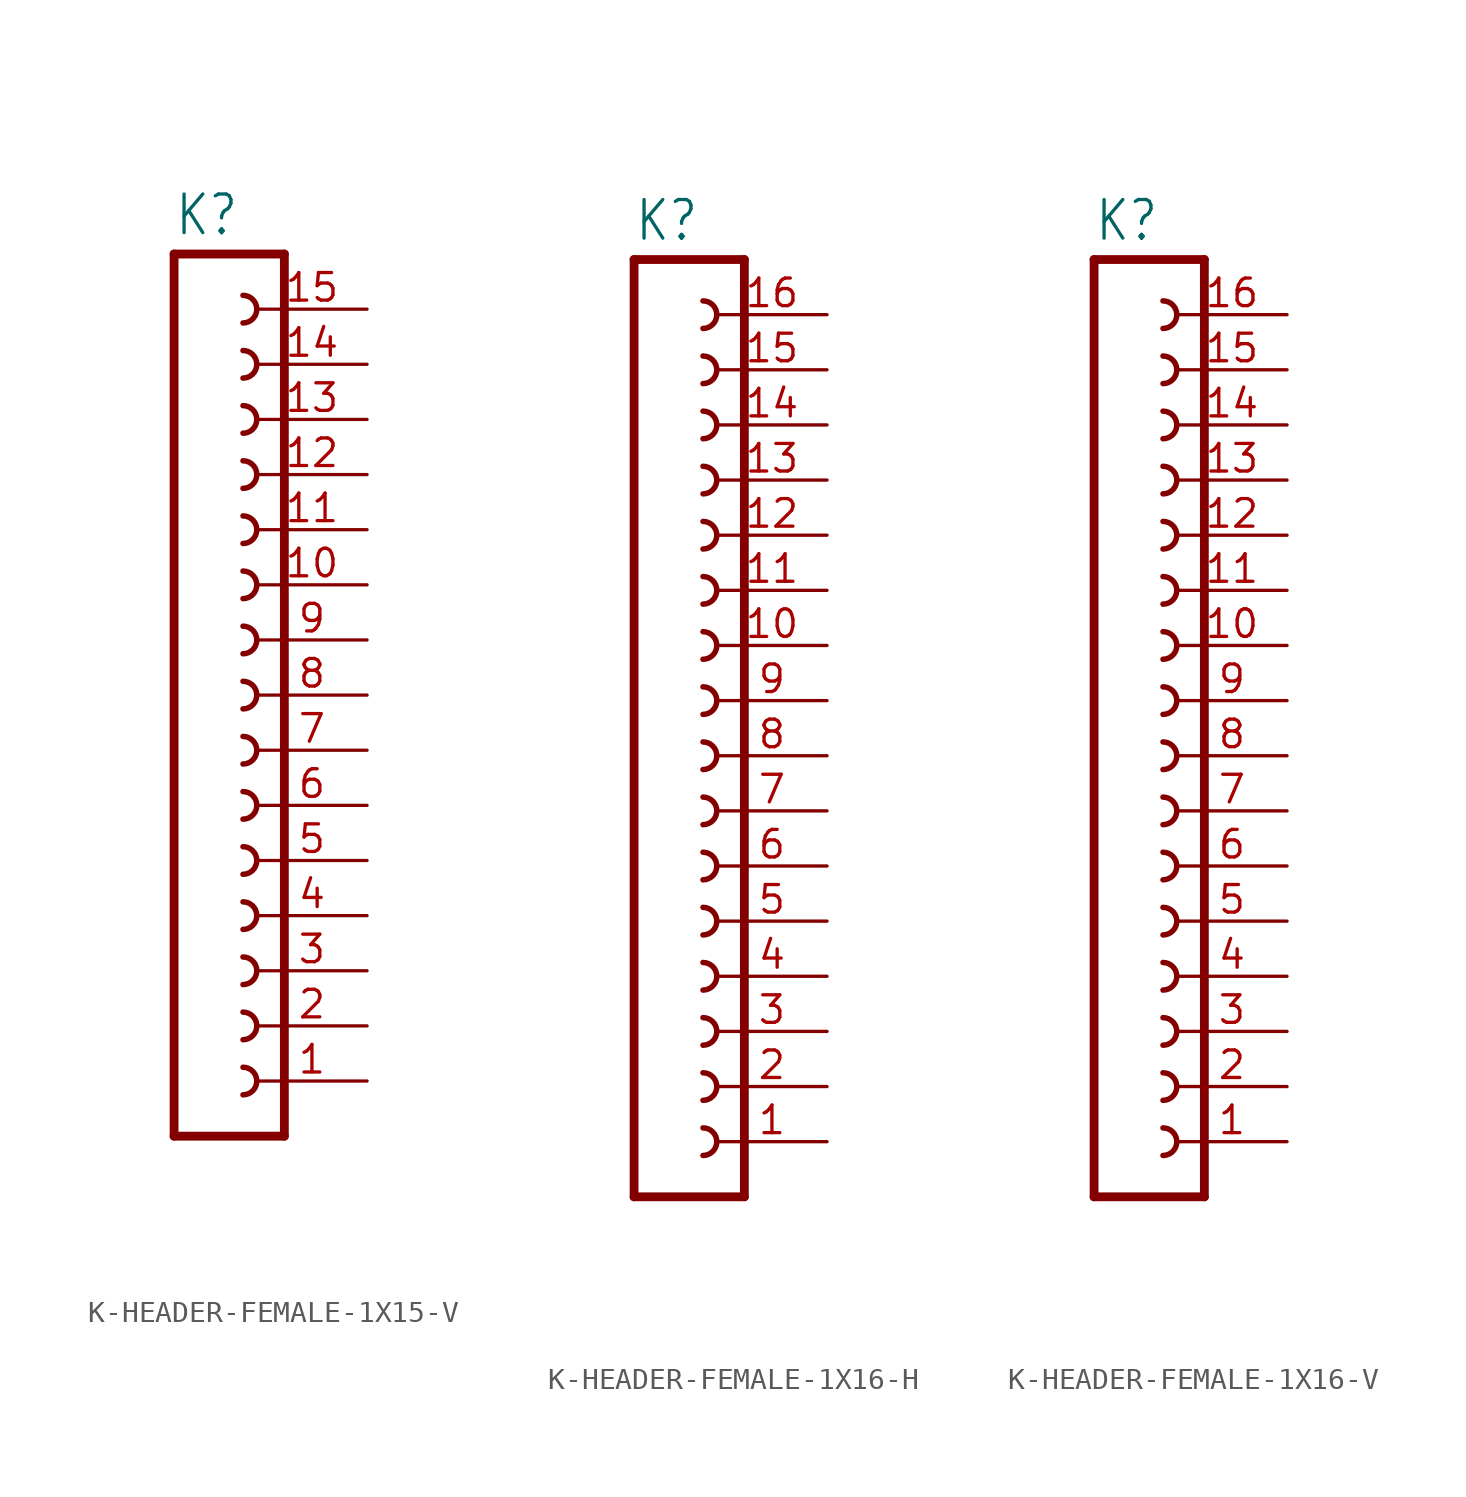
<source format=kicad_sym>
(kicad_symbol_lib
  (version 20231120)
  (generator "kicad_symbol_editor")
  (generator_version "8.0")
  (symbol "K-HEADER-FEMALE-1X15-V"
    (property "Reference" "K"
      (at -1.27 33.782 0)
      (effects (font (size 1.778 1.511)) (justify left bottom)))
    (property "Value" ""
      (at -1.27 -10.16 0)
      (effects (font (size 1.778 1.511)) (justify left bottom)))
    (property "ki_locked" ""
      (at 0 0 0)
      (effects (font (size 1.27 1.27))))
    (symbol "K-HEADER-FEMALE-1X15-V_1_0"
      (polyline (pts (xy -1.27 33.02) (xy -1.27 -7.62)) (stroke (width 0.406) (type solid)) (fill (type none)))
      (polyline (pts (xy -1.27 33.02) (xy 3.81 33.02)) (stroke (width 0.406) (type solid)) (fill (type none)))
      (polyline (pts (xy 3.81 -7.62) (xy -1.27 -7.62)) (stroke (width 0.406) (type solid)) (fill (type none)))
      (polyline (pts (xy 3.81 -7.62) (xy 3.81 33.02)) (stroke (width 0.406) (type solid)) (fill (type none)))
      (arc (start 1.905 -5.715) (mid 2.54 -5.08) (end 1.905 -4.445) (stroke (width 0.254) (type solid)) (fill (type none)))
      (arc (start 1.905 -3.175) (mid 2.54 -2.54) (end 1.905 -1.905) (stroke (width 0.254) (type solid)) (fill (type none)))
      (arc (start 1.905 -0.635) (mid 2.54 0) (end 1.905 0.635) (stroke (width 0.254) (type solid)) (fill (type none)))
      (arc (start 1.905 1.905) (mid 2.54 2.54) (end 1.905 3.175) (stroke (width 0.254) (type solid)) (fill (type none)))
      (arc (start 1.905 4.445) (mid 2.54 5.08) (end 1.905 5.715) (stroke (width 0.254) (type solid)) (fill (type none)))
      (arc (start 1.905 6.985) (mid 2.54 7.62) (end 1.905 8.255) (stroke (width 0.254) (type solid)) (fill (type none)))
      (arc (start 1.905 9.525) (mid 2.54 10.16) (end 1.905 10.795) (stroke (width 0.254) (type solid)) (fill (type none)))
      (arc (start 1.905 12.065) (mid 2.54 12.7) (end 1.905 13.335) (stroke (width 0.254) (type solid)) (fill (type none)))
      (arc (start 1.905 14.605) (mid 2.54 15.24) (end 1.905 15.875) (stroke (width 0.254) (type solid)) (fill (type none)))
      (arc (start 1.905 17.145) (mid 2.54 17.78) (end 1.905 18.415) (stroke (width 0.254) (type solid)) (fill (type none)))
      (arc (start 1.905 19.685) (mid 2.54 20.32) (end 1.905 20.955) (stroke (width 0.254) (type solid)) (fill (type none)))
      (arc (start 1.905 22.225) (mid 2.54 22.86) (end 1.905 23.495) (stroke (width 0.254) (type solid)) (fill (type none)))
      (arc (start 1.905 24.765) (mid 2.54 25.4) (end 1.905 26.035) (stroke (width 0.254) (type solid)) (fill (type none)))
      (arc (start 1.905 27.305) (mid 2.54 27.94) (end 1.905 28.575) (stroke (width 0.254) (type solid)) (fill (type none)))
      (arc (start 1.905 29.845) (mid 2.54 30.48) (end 1.905 31.115) (stroke (width 0.254) (type solid)) (fill (type none)))
      (pin passive line (at 7.62 -5.08 180) (length 5.08) (name "1" (effects (font (size 0 0)))) (number "1" (effects (font (size 1.27 1.27)))))
      (pin passive line (at 7.62 17.78 180) (length 5.08) (name "10" (effects (font (size 0 0)))) (number "10" (effects (font (size 1.27 1.27)))))
      (pin passive line (at 7.62 20.32 180) (length 5.08) (name "11" (effects (font (size 0 0)))) (number "11" (effects (font (size 1.27 1.27)))))
      (pin passive line (at 7.62 22.86 180) (length 5.08) (name "12" (effects (font (size 0 0)))) (number "12" (effects (font (size 1.27 1.27)))))
      (pin passive line (at 7.62 25.4 180) (length 5.08) (name "13" (effects (font (size 0 0)))) (number "13" (effects (font (size 1.27 1.27)))))
      (pin passive line (at 7.62 27.94 180) (length 5.08) (name "14" (effects (font (size 0 0)))) (number "14" (effects (font (size 1.27 1.27)))))
      (pin passive line (at 7.62 30.48 180) (length 5.08) (name "15" (effects (font (size 0 0)))) (number "15" (effects (font (size 1.27 1.27)))))
      (pin passive line (at 7.62 -2.54 180) (length 5.08) (name "2" (effects (font (size 0 0)))) (number "2" (effects (font (size 1.27 1.27)))))
      (pin passive line (at 7.62 0 180) (length 5.08) (name "3" (effects (font (size 0 0)))) (number "3" (effects (font (size 1.27 1.27)))))
      (pin passive line (at 7.62 2.54 180) (length 5.08) (name "4" (effects (font (size 0 0)))) (number "4" (effects (font (size 1.27 1.27)))))
      (pin passive line (at 7.62 5.08 180) (length 5.08) (name "5" (effects (font (size 0 0)))) (number "5" (effects (font (size 1.27 1.27)))))
      (pin passive line (at 7.62 7.62 180) (length 5.08) (name "6" (effects (font (size 0 0)))) (number "6" (effects (font (size 1.27 1.27)))))
      (pin passive line (at 7.62 10.16 180) (length 5.08) (name "7" (effects (font (size 0 0)))) (number "7" (effects (font (size 1.27 1.27)))))
      (pin passive line (at 7.62 12.7 180) (length 5.08) (name "8" (effects (font (size 0 0)))) (number "8" (effects (font (size 1.27 1.27)))))
      (pin passive line (at 7.62 15.24 180) (length 5.08) (name "9" (effects (font (size 0 0)))) (number "9" (effects (font (size 1.27 1.27)))))))
  (symbol "K-HEADER-FEMALE-1X16-H"
    (property "Reference" "K"
      (at -1.27 36.322 0)
      (effects (font (size 1.778 1.511)) (justify left bottom)))
    (property "Value" ""
      (at -1.27 -10.16 0)
      (effects (font (size 1.778 1.511)) (justify left bottom)))
    (property "ki_locked" ""
      (at 0 0 0)
      (effects (font (size 1.27 1.27))))
    (symbol "K-HEADER-FEMALE-1X16-H_1_0"
      (polyline (pts (xy -1.27 35.56) (xy -1.27 -7.62)) (stroke (width 0.406) (type solid)) (fill (type none)))
      (polyline (pts (xy -1.27 35.56) (xy 3.81 35.56)) (stroke (width 0.406) (type solid)) (fill (type none)))
      (polyline (pts (xy 3.81 -7.62) (xy -1.27 -7.62)) (stroke (width 0.406) (type solid)) (fill (type none)))
      (polyline (pts (xy 3.81 -7.62) (xy 3.81 35.56)) (stroke (width 0.406) (type solid)) (fill (type none)))
      (arc (start 1.905 -5.715) (mid 2.54 -5.08) (end 1.905 -4.445) (stroke (width 0.254) (type solid)) (fill (type none)))
      (arc (start 1.905 -3.175) (mid 2.54 -2.54) (end 1.905 -1.905) (stroke (width 0.254) (type solid)) (fill (type none)))
      (arc (start 1.905 -0.635) (mid 2.54 0) (end 1.905 0.635) (stroke (width 0.254) (type solid)) (fill (type none)))
      (arc (start 1.905 1.905) (mid 2.54 2.54) (end 1.905 3.175) (stroke (width 0.254) (type solid)) (fill (type none)))
      (arc (start 1.905 4.445) (mid 2.54 5.08) (end 1.905 5.715) (stroke (width 0.254) (type solid)) (fill (type none)))
      (arc (start 1.905 6.985) (mid 2.54 7.62) (end 1.905 8.255) (stroke (width 0.254) (type solid)) (fill (type none)))
      (arc (start 1.905 9.525) (mid 2.54 10.16) (end 1.905 10.795) (stroke (width 0.254) (type solid)) (fill (type none)))
      (arc (start 1.905 12.065) (mid 2.54 12.7) (end 1.905 13.335) (stroke (width 0.254) (type solid)) (fill (type none)))
      (arc (start 1.905 14.605) (mid 2.54 15.24) (end 1.905 15.875) (stroke (width 0.254) (type solid)) (fill (type none)))
      (arc (start 1.905 17.145) (mid 2.54 17.78) (end 1.905 18.415) (stroke (width 0.254) (type solid)) (fill (type none)))
      (arc (start 1.905 19.685) (mid 2.54 20.32) (end 1.905 20.955) (stroke (width 0.254) (type solid)) (fill (type none)))
      (arc (start 1.905 22.225) (mid 2.54 22.86) (end 1.905 23.495) (stroke (width 0.254) (type solid)) (fill (type none)))
      (arc (start 1.905 24.765) (mid 2.54 25.4) (end 1.905 26.035) (stroke (width 0.254) (type solid)) (fill (type none)))
      (arc (start 1.905 27.305) (mid 2.54 27.94) (end 1.905 28.575) (stroke (width 0.254) (type solid)) (fill (type none)))
      (arc (start 1.905 29.845) (mid 2.54 30.48) (end 1.905 31.115) (stroke (width 0.254) (type solid)) (fill (type none)))
      (arc (start 1.905 32.385) (mid 2.54 33.02) (end 1.905 33.655) (stroke (width 0.254) (type solid)) (fill (type none)))
      (pin passive line (at 7.62 -5.08 180) (length 5.08) (name "1" (effects (font (size 0 0)))) (number "1" (effects (font (size 1.27 1.27)))))
      (pin passive line (at 7.62 17.78 180) (length 5.08) (name "10" (effects (font (size 0 0)))) (number "10" (effects (font (size 1.27 1.27)))))
      (pin passive line (at 7.62 20.32 180) (length 5.08) (name "11" (effects (font (size 0 0)))) (number "11" (effects (font (size 1.27 1.27)))))
      (pin passive line (at 7.62 22.86 180) (length 5.08) (name "12" (effects (font (size 0 0)))) (number "12" (effects (font (size 1.27 1.27)))))
      (pin passive line (at 7.62 25.4 180) (length 5.08) (name "13" (effects (font (size 0 0)))) (number "13" (effects (font (size 1.27 1.27)))))
      (pin passive line (at 7.62 27.94 180) (length 5.08) (name "14" (effects (font (size 0 0)))) (number "14" (effects (font (size 1.27 1.27)))))
      (pin passive line (at 7.62 30.48 180) (length 5.08) (name "15" (effects (font (size 0 0)))) (number "15" (effects (font (size 1.27 1.27)))))
      (pin passive line (at 7.62 33.02 180) (length 5.08) (name "16" (effects (font (size 0 0)))) (number "16" (effects (font (size 1.27 1.27)))))
      (pin passive line (at 7.62 -2.54 180) (length 5.08) (name "2" (effects (font (size 0 0)))) (number "2" (effects (font (size 1.27 1.27)))))
      (pin passive line (at 7.62 0 180) (length 5.08) (name "3" (effects (font (size 0 0)))) (number "3" (effects (font (size 1.27 1.27)))))
      (pin passive line (at 7.62 2.54 180) (length 5.08) (name "4" (effects (font (size 0 0)))) (number "4" (effects (font (size 1.27 1.27)))))
      (pin passive line (at 7.62 5.08 180) (length 5.08) (name "5" (effects (font (size 0 0)))) (number "5" (effects (font (size 1.27 1.27)))))
      (pin passive line (at 7.62 7.62 180) (length 5.08) (name "6" (effects (font (size 0 0)))) (number "6" (effects (font (size 1.27 1.27)))))
      (pin passive line (at 7.62 10.16 180) (length 5.08) (name "7" (effects (font (size 0 0)))) (number "7" (effects (font (size 1.27 1.27)))))
      (pin passive line (at 7.62 12.7 180) (length 5.08) (name "8" (effects (font (size 0 0)))) (number "8" (effects (font (size 1.27 1.27)))))
      (pin passive line (at 7.62 15.24 180) (length 5.08) (name "9" (effects (font (size 0 0)))) (number "9" (effects (font (size 1.27 1.27)))))))
  (symbol "K-HEADER-FEMALE-1X16-V"
    (property "Reference" "K"
      (at -1.27 36.322 0)
      (effects (font (size 1.778 1.511)) (justify left bottom)))
    (property "Value" ""
      (at -1.27 -10.16 0)
      (effects (font (size 1.778 1.511)) (justify left bottom)))
    (property "ki_locked" ""
      (at 0 0 0)
      (effects (font (size 1.27 1.27))))
    (symbol "K-HEADER-FEMALE-1X16-V_1_0"
      (polyline (pts (xy -1.27 35.56) (xy -1.27 -7.62)) (stroke (width 0.406) (type solid)) (fill (type none)))
      (polyline (pts (xy -1.27 35.56) (xy 3.81 35.56)) (stroke (width 0.406) (type solid)) (fill (type none)))
      (polyline (pts (xy 3.81 -7.62) (xy -1.27 -7.62)) (stroke (width 0.406) (type solid)) (fill (type none)))
      (polyline (pts (xy 3.81 -7.62) (xy 3.81 35.56)) (stroke (width 0.406) (type solid)) (fill (type none)))
      (arc (start 1.905 -5.715) (mid 2.54 -5.08) (end 1.905 -4.445) (stroke (width 0.254) (type solid)) (fill (type none)))
      (arc (start 1.905 -3.175) (mid 2.54 -2.54) (end 1.905 -1.905) (stroke (width 0.254) (type solid)) (fill (type none)))
      (arc (start 1.905 -0.635) (mid 2.54 0) (end 1.905 0.635) (stroke (width 0.254) (type solid)) (fill (type none)))
      (arc (start 1.905 1.905) (mid 2.54 2.54) (end 1.905 3.175) (stroke (width 0.254) (type solid)) (fill (type none)))
      (arc (start 1.905 4.445) (mid 2.54 5.08) (end 1.905 5.715) (stroke (width 0.254) (type solid)) (fill (type none)))
      (arc (start 1.905 6.985) (mid 2.54 7.62) (end 1.905 8.255) (stroke (width 0.254) (type solid)) (fill (type none)))
      (arc (start 1.905 9.525) (mid 2.54 10.16) (end 1.905 10.795) (stroke (width 0.254) (type solid)) (fill (type none)))
      (arc (start 1.905 12.065) (mid 2.54 12.7) (end 1.905 13.335) (stroke (width 0.254) (type solid)) (fill (type none)))
      (arc (start 1.905 14.605) (mid 2.54 15.24) (end 1.905 15.875) (stroke (width 0.254) (type solid)) (fill (type none)))
      (arc (start 1.905 17.145) (mid 2.54 17.78) (end 1.905 18.415) (stroke (width 0.254) (type solid)) (fill (type none)))
      (arc (start 1.905 19.685) (mid 2.54 20.32) (end 1.905 20.955) (stroke (width 0.254) (type solid)) (fill (type none)))
      (arc (start 1.905 22.225) (mid 2.54 22.86) (end 1.905 23.495) (stroke (width 0.254) (type solid)) (fill (type none)))
      (arc (start 1.905 24.765) (mid 2.54 25.4) (end 1.905 26.035) (stroke (width 0.254) (type solid)) (fill (type none)))
      (arc (start 1.905 27.305) (mid 2.54 27.94) (end 1.905 28.575) (stroke (width 0.254) (type solid)) (fill (type none)))
      (arc (start 1.905 29.845) (mid 2.54 30.48) (end 1.905 31.115) (stroke (width 0.254) (type solid)) (fill (type none)))
      (arc (start 1.905 32.385) (mid 2.54 33.02) (end 1.905 33.655) (stroke (width 0.254) (type solid)) (fill (type none)))
      (pin passive line (at 7.62 -5.08 180) (length 5.08) (name "1" (effects (font (size 0 0)))) (number "1" (effects (font (size 1.27 1.27)))))
      (pin passive line (at 7.62 17.78 180) (length 5.08) (name "10" (effects (font (size 0 0)))) (number "10" (effects (font (size 1.27 1.27)))))
      (pin passive line (at 7.62 20.32 180) (length 5.08) (name "11" (effects (font (size 0 0)))) (number "11" (effects (font (size 1.27 1.27)))))
      (pin passive line (at 7.62 22.86 180) (length 5.08) (name "12" (effects (font (size 0 0)))) (number "12" (effects (font (size 1.27 1.27)))))
      (pin passive line (at 7.62 25.4 180) (length 5.08) (name "13" (effects (font (size 0 0)))) (number "13" (effects (font (size 1.27 1.27)))))
      (pin passive line (at 7.62 27.94 180) (length 5.08) (name "14" (effects (font (size 0 0)))) (number "14" (effects (font (size 1.27 1.27)))))
      (pin passive line (at 7.62 30.48 180) (length 5.08) (name "15" (effects (font (size 0 0)))) (number "15" (effects (font (size 1.27 1.27)))))
      (pin passive line (at 7.62 33.02 180) (length 5.08) (name "16" (effects (font (size 0 0)))) (number "16" (effects (font (size 1.27 1.27)))))
      (pin passive line (at 7.62 -2.54 180) (length 5.08) (name "2" (effects (font (size 0 0)))) (number "2" (effects (font (size 1.27 1.27)))))
      (pin passive line (at 7.62 0 180) (length 5.08) (name "3" (effects (font (size 0 0)))) (number "3" (effects (font (size 1.27 1.27)))))
      (pin passive line (at 7.62 2.54 180) (length 5.08) (name "4" (effects (font (size 0 0)))) (number "4" (effects (font (size 1.27 1.27)))))
      (pin passive line (at 7.62 5.08 180) (length 5.08) (name "5" (effects (font (size 0 0)))) (number "5" (effects (font (size 1.27 1.27)))))
      (pin passive line (at 7.62 7.62 180) (length 5.08) (name "6" (effects (font (size 0 0)))) (number "6" (effects (font (size 1.27 1.27)))))
      (pin passive line (at 7.62 10.16 180) (length 5.08) (name "7" (effects (font (size 0 0)))) (number "7" (effects (font (size 1.27 1.27)))))
      (pin passive line (at 7.62 12.7 180) (length 5.08) (name "8" (effects (font (size 0 0)))) (number "8" (effects (font (size 1.27 1.27)))))
      (pin passive line (at 7.62 15.24 180) (length 5.08) (name "9" (effects (font (size 0 0)))) (number "9" (effects (font (size 1.27 1.27))))))))
</source>
